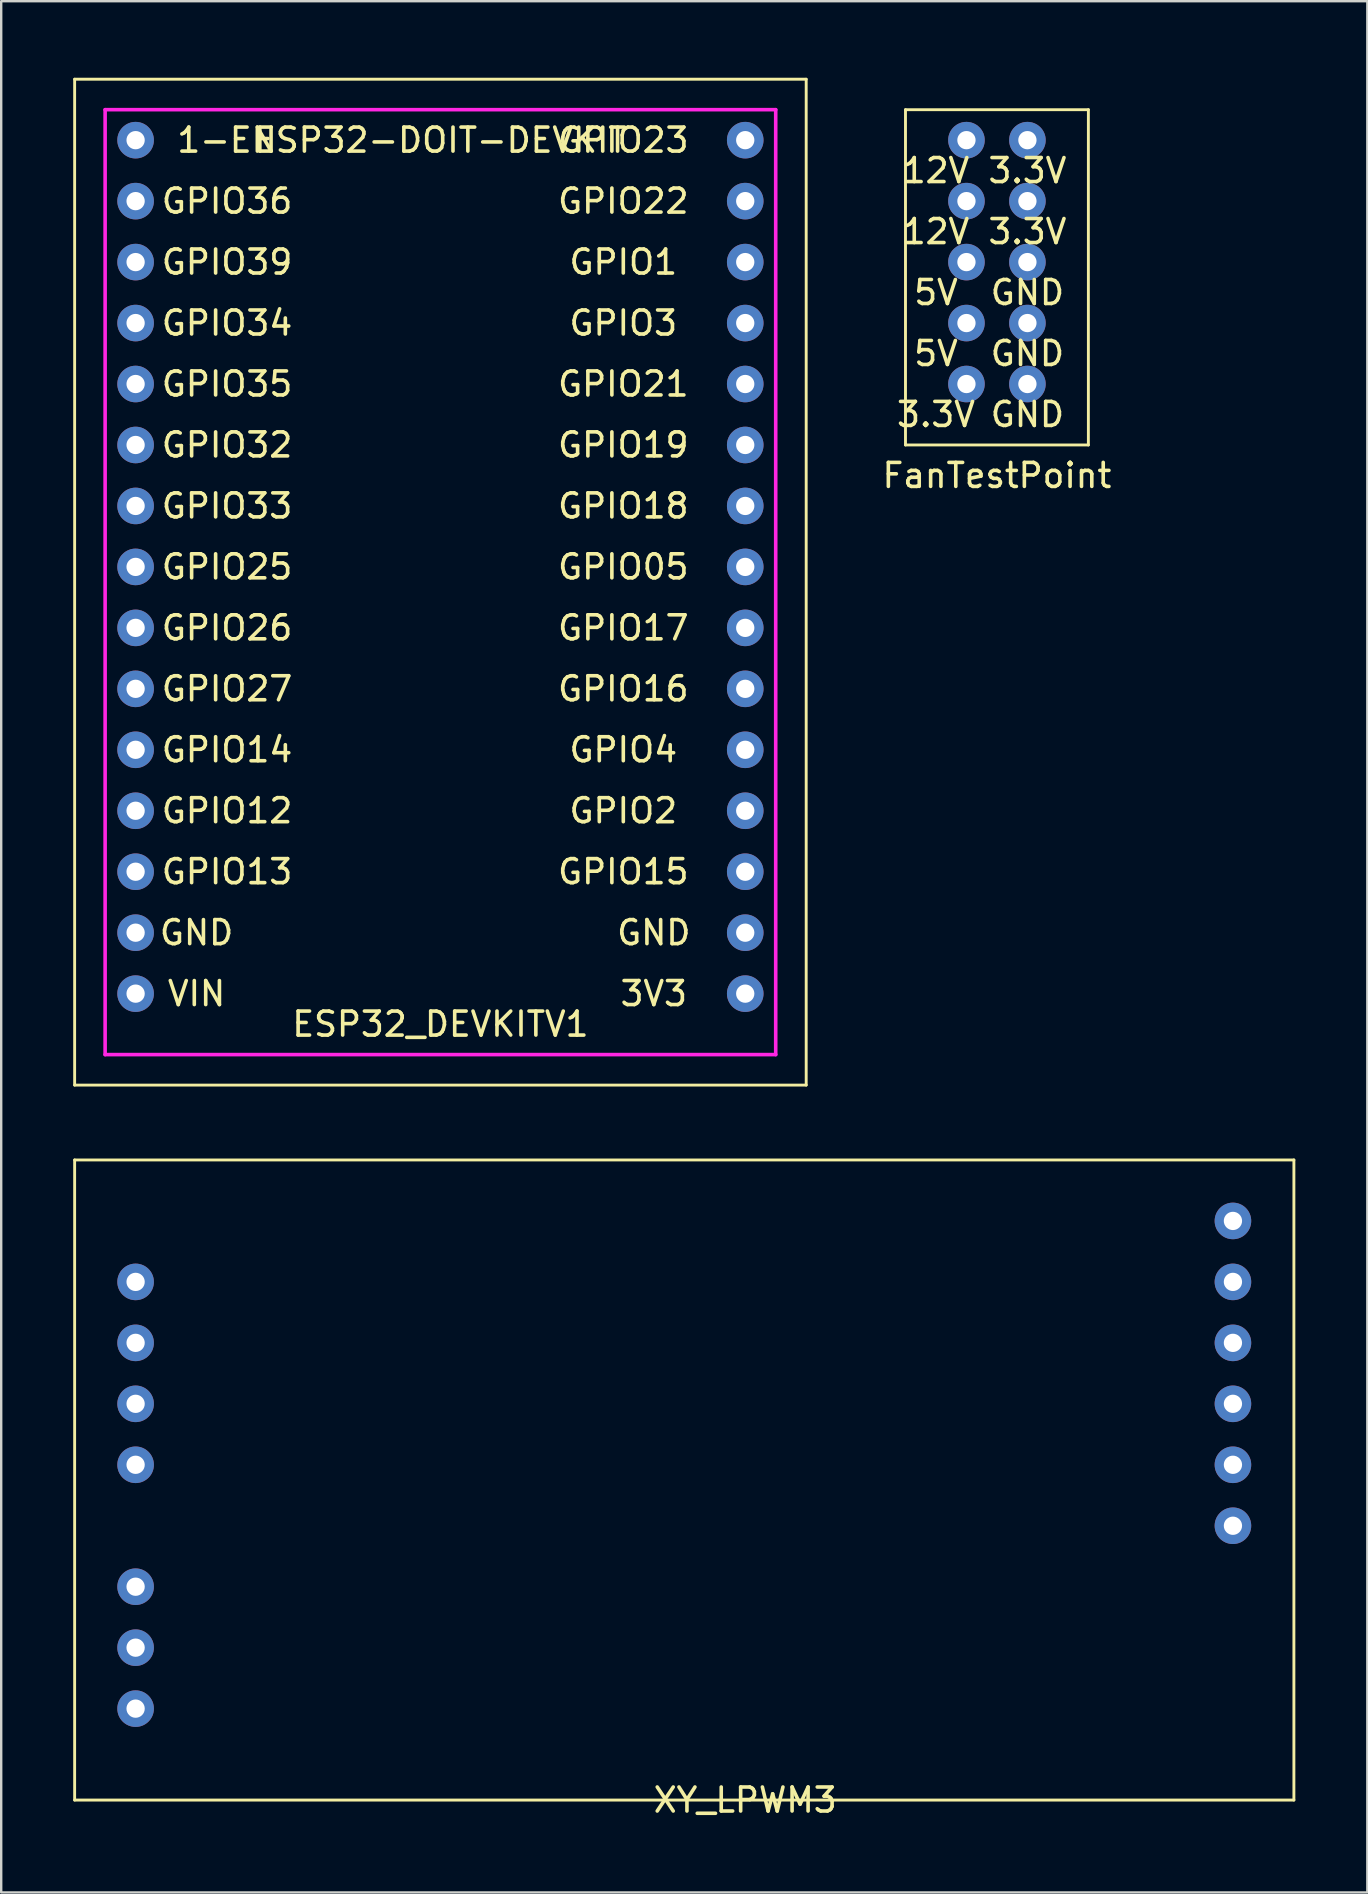
<source format=kicad_pcb>
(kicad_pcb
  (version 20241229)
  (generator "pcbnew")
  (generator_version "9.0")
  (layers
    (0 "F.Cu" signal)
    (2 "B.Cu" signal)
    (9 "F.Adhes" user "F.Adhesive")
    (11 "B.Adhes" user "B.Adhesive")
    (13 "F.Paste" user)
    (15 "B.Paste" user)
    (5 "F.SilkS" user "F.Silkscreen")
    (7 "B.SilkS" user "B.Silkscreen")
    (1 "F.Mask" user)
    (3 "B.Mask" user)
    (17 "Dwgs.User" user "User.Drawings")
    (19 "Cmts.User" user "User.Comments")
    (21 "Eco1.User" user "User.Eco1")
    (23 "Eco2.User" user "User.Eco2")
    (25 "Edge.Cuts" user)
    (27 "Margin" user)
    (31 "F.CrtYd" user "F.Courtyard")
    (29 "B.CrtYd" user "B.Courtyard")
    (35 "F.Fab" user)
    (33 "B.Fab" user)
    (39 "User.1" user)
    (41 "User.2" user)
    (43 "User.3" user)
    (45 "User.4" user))
  (footprint "FanTestPoint"
    (layer "F.Cu")
    (at 34.677 0.25)
    (property "Reference" "FanTestPoint" (at 3.81 16.51 0) (layer "F.SilkS") (effects (font (size 1 1) (thickness 0.15))))
    (attr through_hole)
    (fp_line (start 0 1.27) (end 0 15.24) (stroke (width 0.12) (type solid)) (layer "F.SilkS"))
    (fp_line (start 0 15.24) (end 7.62 15.24) (stroke (width 0.12) (type solid)) (layer "F.SilkS"))
    (fp_line (start 7.62 1.27) (end 0 1.27) (stroke (width 0.12) (type solid)) (layer "F.SilkS"))
    (fp_line (start 7.62 15.24) (end 7.62 1.27) (stroke (width 0.12) (type solid)) (layer "F.SilkS"))
    (fp_text user "5V" (at 1.27 8.89 0) (layer "F.SilkS") (effects (font (size 1 1) (thickness 0.15))))
    (fp_text user "GND" (at 5.08 13.97 0) (layer "F.SilkS") (effects (font (size 1 1) (thickness 0.15))))
    (fp_text user "GND" (at 5.08 8.89 0) (layer "F.SilkS") (effects (font (size 1 1) (thickness 0.15))))
    (fp_text user "5V" (at 1.27 11.43 0) (layer "F.SilkS") (effects (font (size 1 1) (thickness 0.15))))
    (fp_text user "12V" (at 1.27 6.35 0) (layer "F.SilkS") (effects (font (size 1 1) (thickness 0.15))))
    (fp_text user "12V" (at 1.27 3.81 0) (layer "F.SilkS") (effects (font (size 1 1) (thickness 0.15))))
    (fp_text user "3.3V" (at 1.27 13.97 0) (layer "F.SilkS") (effects (font (size 1 1) (thickness 0.15))))
    (fp_text user "3.3V" (at 5.08 6.35 0) (layer "F.SilkS") (effects (font (size 1 1) (thickness 0.15))))
    (fp_text user "GND" (at 5.08 11.43 0) (layer "F.SilkS") (effects (font (size 1 1) (thickness 0.15))))
    (fp_text user "3.3V" (at 5.08 3.81 0) (layer "F.SilkS") (effects (font (size 1 1) (thickness 0.15))))
    (pad "1" thru_hole circle (at 2.54 2.54) (size 1.524 1.524) (drill 0.762) (layers "*.Cu" "*.Mask"))
    (pad "2" thru_hole circle (at 2.54 5.08) (size 1.524 1.524) (drill 0.762) (layers "*.Cu" "*.Mask"))
    (pad "3" thru_hole circle (at 2.54 7.62) (size 1.524 1.524) (drill 0.762) (layers "*.Cu" "*.Mask"))
    (pad "4" thru_hole circle (at 2.54 10.16) (size 1.524 1.524) (drill 0.762) (layers "*.Cu" "*.Mask"))
    (pad "5" thru_hole circle (at 2.54 12.7) (size 1.524 1.524) (drill 0.762) (layers "*.Cu" "*.Mask"))
    (pad "6" thru_hole circle (at 5.08 12.7) (size 1.524 1.524) (drill 0.762) (layers "*.Cu" "*.Mask"))
    (pad "7" thru_hole circle (at 5.08 10.16) (size 1.524 1.524) (drill 0.762) (layers "*.Cu" "*.Mask"))
    (pad "8" thru_hole circle (at 5.08 7.62) (size 1.524 1.524) (drill 0.762) (layers "*.Cu" "*.Mask"))
    (pad "9" thru_hole circle (at 5.08 5.08) (size 1.524 1.524) (drill 0.762) (layers "*.Cu" "*.Mask"))
    (pad "10" thru_hole circle (at 5.08 2.54) (size 1.524 1.524) (drill 0.762) (layers "*.Cu" "*.Mask")))
  (footprint "ESP32-DOIT-DEVKIT"
    (layer "F.Cu")
    (at 15.3 0.25)
    (property "Reference" "ESP32-DOIT-DEVKIT" (at 0 2.54 0) (layer "F.SilkS") (effects (font (size 1 1) (thickness 0.15))))
    (attr through_hole)
    (fp_line (start -15.24 0) (end 15.24 0) (stroke (width 0.12) (type solid)) (layer "F.SilkS"))
    (fp_line (start -15.24 41.91) (end -15.24 0) (stroke (width 0.12) (type solid)) (layer "F.SilkS"))
    (fp_line (start 15.24 0) (end 15.24 41.91) (stroke (width 0.12) (type solid)) (layer "F.SilkS"))
    (fp_line (start 15.24 41.91) (end -15.24 41.91) (stroke (width 0.12) (type solid)) (layer "F.SilkS"))
    (fp_line (start -13.97 1.27) (end 13.97 1.27) (stroke (width 0.15) (type solid)) (layer "F.CrtYd"))
    (fp_line (start -13.97 40.64) (end -13.97 1.27) (stroke (width 0.15) (type solid)) (layer "F.CrtYd"))
    (fp_line (start 13.97 1.27) (end 13.97 40.64) (stroke (width 0.15) (type solid)) (layer "F.CrtYd"))
    (fp_line (start 13.97 40.64) (end -13.97 40.64) (stroke (width 0.15) (type solid)) (layer "F.CrtYd"))
    (fp_text user "VIN" (at -10.16 38.1 0) (layer "F.SilkS") (effects (font (size 1 1) (thickness 0.15))))
    (fp_text user "GPIO35" (at -8.89 12.7 0) (layer "F.SilkS") (effects (font (size 1 1) (thickness 0.15))))
    (fp_text user "GPIO12" (at -8.89 30.48 0) (layer "F.SilkS") (effects (font (size 1 1) (thickness 0.15))))
    (fp_text user "GPIO21" (at 7.62 12.7 0) (layer "F.SilkS") (effects (font (size 1 1) (thickness 0.15))))
    (fp_text user "GPIO32" (at -8.89 15.24 0) (layer "F.SilkS") (effects (font (size 1 1) (thickness 0.15))))
    (fp_text user "GPIO2" (at 7.62 30.48 0) (layer "F.SilkS") (effects (font (size 1 1) (thickness 0.15))))
    (fp_text user "GPIO25" (at -8.89 20.32 0) (layer "F.SilkS") (effects (font (size 1 1) (thickness 0.15))))
    (fp_text user "GPIO05" (at 7.62 20.32 0) (layer "F.SilkS") (effects (font (size 1 1) (thickness 0.15))))
    (fp_text user "GPIO14" (at -8.89 27.94 0) (layer "F.SilkS") (effects (font (size 1 1) (thickness 0.15))))
    (fp_text user "GND" (at -10.16 35.56 0) (layer "F.SilkS") (effects (font (size 1 1) (thickness 0.15))))
    (fp_text user "GPIO26" (at -8.89 22.86 0) (layer "F.SilkS") (effects (font (size 1 1) (thickness 0.15))))
    (fp_text user "ESP32_DEVKITV1" (at 0 39.37 0) (layer "F.SilkS") (effects (font (size 1 1) (thickness 0.15))))
    (fp_text user "GPIO34" (at -8.89 10.16 0) (layer "F.SilkS") (effects (font (size 1 1) (thickness 0.15))))
    (fp_text user "GPIO17" (at 7.62 22.86 0) (layer "F.SilkS") (effects (font (size 1 1) (thickness 0.15))))
    (fp_text user "GPIO23" (at 7.62 2.54 0) (layer "F.SilkS") (effects (font (size 1 1) (thickness 0.15))))
    (fp_text user "GND" (at 8.89 35.56 0) (layer "F.SilkS") (effects (font (size 1 1) (thickness 0.15))))
    (fp_text user "GPIO3" (at 7.62 10.16 0) (layer "F.SilkS") (effects (font (size 1 1) (thickness 0.15))))
    (fp_text user "GPIO1" (at 7.62 7.62 0) (layer "F.SilkS") (effects (font (size 1 1) (thickness 0.15))))
    (fp_text user "GPIO15" (at 7.62 33.02 0) (layer "F.SilkS") (effects (font (size 1 1) (thickness 0.15))))
    (fp_text user "3V3" (at 8.89 38.1 0) (layer "F.SilkS") (effects (font (size 1 1) (thickness 0.15))))
    (fp_text user "GPIO33" (at -8.89 17.78 0) (layer "F.SilkS") (effects (font (size 1 1) (thickness 0.15))))
    (fp_text user "GPIO22" (at 7.62 5.08 0) (layer "F.SilkS") (effects (font (size 1 1) (thickness 0.15))))
    (fp_text user "GPIO27" (at -8.89 25.4 0) (layer "F.SilkS") (effects (font (size 1 1) (thickness 0.15))))
    (fp_text user "GPIO13" (at -8.89 33.02 0) (layer "F.SilkS") (effects (font (size 1 1) (thickness 0.15))))
    (fp_text user "GPIO19" (at 7.62 15.24 0) (layer "F.SilkS") (effects (font (size 1 1) (thickness 0.15))))
    (fp_text user "GPIO16" (at 7.62 25.4 0) (layer "F.SilkS") (effects (font (size 1 1) (thickness 0.15))))
    (fp_text user "GPIO18" (at 7.62 17.78 0) (layer "F.SilkS") (effects (font (size 1 1) (thickness 0.15))))
    (fp_text user "GPIO4" (at 7.62 27.94 0) (layer "F.SilkS") (effects (font (size 1 1) (thickness 0.15))))
    (fp_text user "1-EN" (at -8.89 2.54 0) (layer "F.SilkS") (effects (font (size 1 1) (thickness 0.15))))
    (fp_text user "GPIO36" (at -8.89 5.08 0) (layer "F.SilkS") (effects (font (size 1 1) (thickness 0.15))))
    (fp_text user "GPIO39" (at -8.89 7.62 0) (layer "F.SilkS") (effects (font (size 1 1) (thickness 0.15))))
    (pad "1" thru_hole circle (at -12.7 2.54) (size 1.524 1.524) (drill 0.762) (layers "*.Cu" "*.Mask"))
    (pad "2" thru_hole circle (at -12.7 5.08) (size 1.524 1.524) (drill 0.762) (layers "*.Cu" "*.Mask"))
    (pad "3" thru_hole circle (at -12.7 7.62) (size 1.524 1.524) (drill 0.762) (layers "*.Cu" "*.Mask"))
    (pad "4" thru_hole circle (at -12.7 10.16) (size 1.524 1.524) (drill 0.762) (layers "*.Cu" "*.Mask"))
    (pad "5" thru_hole circle (at -12.7 12.7) (size 1.524 1.524) (drill 0.762) (layers "*.Cu" "*.Mask"))
    (pad "6" thru_hole circle (at -12.7 15.24) (size 1.524 1.524) (drill 0.762) (layers "*.Cu" "*.Mask"))
    (pad "7" thru_hole circle (at -12.7 17.78) (size 1.524 1.524) (drill 0.762) (layers "*.Cu" "*.Mask"))
    (pad "8" thru_hole circle (at -12.7 20.32) (size 1.524 1.524) (drill 0.762) (layers "*.Cu" "*.Mask"))
    (pad "9" thru_hole circle (at -12.7 22.86) (size 1.524 1.524) (drill 0.762) (layers "*.Cu" "*.Mask"))
    (pad "10" thru_hole circle (at -12.7 25.4) (size 1.524 1.524) (drill 0.762) (layers "*.Cu" "*.Mask"))
    (pad "11" thru_hole circle (at -12.7 27.94) (size 1.524 1.524) (drill 0.762) (layers "*.Cu" "*.Mask"))
    (pad "12" thru_hole circle (at -12.7 30.48) (size 1.524 1.524) (drill 0.762) (layers "*.Cu" "*.Mask"))
    (pad "13" thru_hole circle (at -12.7 33.02) (size 1.524 1.524) (drill 0.762) (layers "*.Cu" "*.Mask"))
    (pad "14" thru_hole circle (at -12.7 35.56) (size 1.524 1.524) (drill 0.762) (layers "*.Cu" "*.Mask"))
    (pad "15" thru_hole circle (at -12.7 38.1) (size 1.524 1.524) (drill 0.762) (layers "*.Cu" "*.Mask"))
    (pad "16" thru_hole circle (at 12.7 38.1) (size 1.524 1.524) (drill 0.762) (layers "*.Cu" "*.Mask"))
    (pad "17" thru_hole circle (at 12.7 35.56) (size 1.524 1.524) (drill 0.762) (layers "*.Cu" "*.Mask"))
    (pad "18" thru_hole circle (at 12.7 33.02) (size 1.524 1.524) (drill 0.762) (layers "*.Cu" "*.Mask"))
    (pad "19" thru_hole circle (at 12.7 30.48) (size 1.524 1.524) (drill 0.762) (layers "*.Cu" "*.Mask"))
    (pad "20" thru_hole circle (at 12.7 27.94) (size 1.524 1.524) (drill 0.762) (layers "*.Cu" "*.Mask"))
    (pad "21" thru_hole circle (at 12.7 25.4) (size 1.524 1.524) (drill 0.762) (layers "*.Cu" "*.Mask"))
    (pad "22" thru_hole circle (at 12.7 22.86) (size 1.524 1.524) (drill 0.762) (layers "*.Cu" "*.Mask"))
    (pad "23" thru_hole circle (at 12.7 20.32) (size 1.524 1.524) (drill 0.762) (layers "*.Cu" "*.Mask"))
    (pad "24" thru_hole circle (at 12.7 17.78 90) (size 1.524 1.524) (drill 0.762) (layers "*.Cu" "*.Mask"))
    (pad "25" thru_hole circle (at 12.7 15.24) (size 1.524 1.524) (drill 0.762) (layers "*.Cu" "*.Mask"))
    (pad "26" thru_hole circle (at 12.7 12.7) (size 1.524 1.524) (drill 0.762) (layers "*.Cu" "*.Mask"))
    (pad "27" thru_hole circle (at 12.7 10.16) (size 1.524 1.524) (drill 0.762) (layers "*.Cu" "*.Mask"))
    (pad "28" thru_hole circle (at 12.7 7.62) (size 1.524 1.524) (drill 0.762) (layers "*.Cu" "*.Mask"))
    (pad "29" thru_hole circle (at 12.7 5.08) (size 1.524 1.524) (drill 0.762) (layers "*.Cu" "*.Mask"))
    (pad "30" thru_hole circle (at 12.7 2.54) (size 1.524 1.524) (drill 0.762) (layers "*.Cu" "*.Mask")))
  (footprint "XY_LPWM3"
    (layer "F.Cu")
    (at 14.03 46.55)
    (property "Reference" "XY_LPWM3" (at 13.97 25.4 0) (layer "F.SilkS") (effects (font (size 1 1) (thickness 0.15))))
    (attr through_hole)
    (fp_line (start -13.97 -1.27) (end -13.97 25.4) (stroke (width 0.12) (type solid)) (layer "F.SilkS"))
    (fp_line (start -13.97 25.4) (end 36.83 25.4) (stroke (width 0.12) (type solid)) (layer "F.SilkS"))
    (fp_line (start 36.83 -1.27) (end -13.97 -1.27) (stroke (width 0.12) (type solid)) (layer "F.SilkS"))
    (fp_line (start 36.83 25.4) (end 36.83 -1.27) (stroke (width 0.12) (type solid)) (layer "F.SilkS"))
    (pad "1" thru_hole circle (at -11.43 3.81) (size 1.524 1.524) (drill 0.762) (layers "*.Cu" "*.Mask"))
    (pad "2" thru_hole circle (at -11.43 6.35) (size 1.524 1.524) (drill 0.762) (layers "*.Cu" "*.Mask"))
    (pad "3" thru_hole circle (at -11.43 8.89) (size 1.524 1.524) (drill 0.762) (layers "*.Cu" "*.Mask"))
    (pad "4" thru_hole circle (at -11.43 11.43) (size 1.524 1.524) (drill 0.762) (layers "*.Cu" "*.Mask"))
    (pad "5" thru_hole circle (at -11.43 16.51) (size 1.524 1.524) (drill 0.762) (layers "*.Cu" "*.Mask"))
    (pad "6" thru_hole circle (at -11.43 19.05) (size 1.524 1.524) (drill 0.762) (layers "*.Cu" "*.Mask"))
    (pad "7" thru_hole circle (at -11.43 21.59) (size 1.524 1.524) (drill 0.762) (layers "*.Cu" "*.Mask"))
    (pad "8" thru_hole circle (at 34.29 1.27) (size 1.524 1.524) (drill 0.762) (layers "*.Cu" "*.Mask"))
    (pad "9" thru_hole circle (at 34.29 3.81) (size 1.524 1.524) (drill 0.762) (layers "*.Cu" "*.Mask"))
    (pad "10" thru_hole circle (at 34.29 6.35) (size 1.524 1.524) (drill 0.762) (layers "*.Cu" "*.Mask"))
    (pad "11" thru_hole circle (at 34.29 8.89) (size 1.524 1.524) (drill 0.762) (layers "*.Cu" "*.Mask"))
    (pad "12" thru_hole circle (at 34.29 11.43) (size 1.524 1.524) (drill 0.762) (layers "*.Cu" "*.Mask"))
    (pad "13" thru_hole circle (at 34.29 13.97) (size 1.524 1.524) (drill 0.762) (layers "*.Cu" "*.Mask")))
  (gr_rect
    (start -3 -3)
    (end 53.92 75.798)
    (stroke (width 0.1) (type default))
    (fill no)
    (layer "Edge.Cuts")))
</source>
